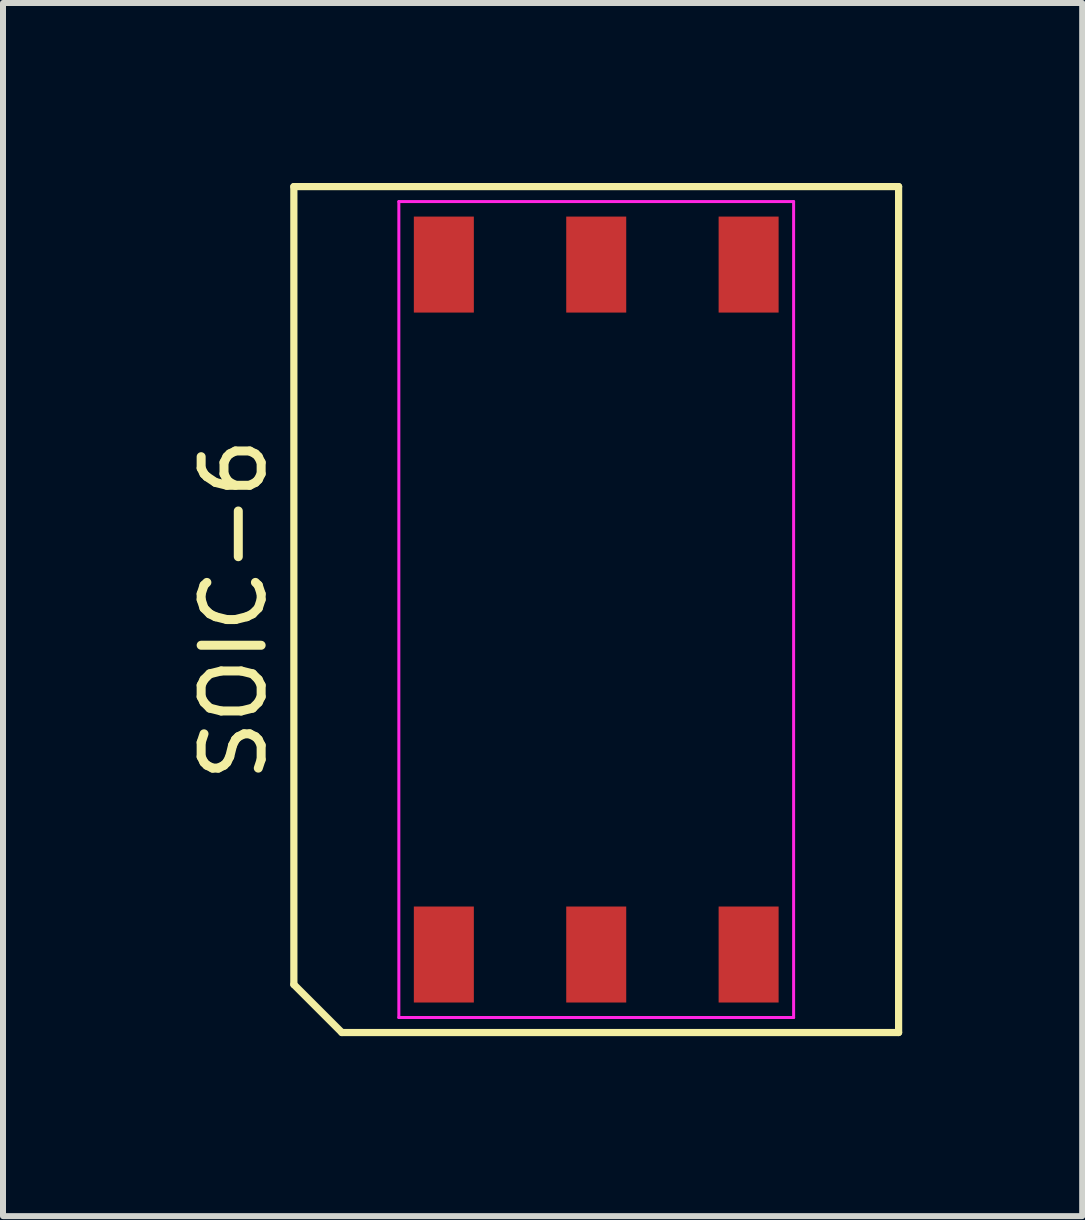
<source format=kicad_pcb>
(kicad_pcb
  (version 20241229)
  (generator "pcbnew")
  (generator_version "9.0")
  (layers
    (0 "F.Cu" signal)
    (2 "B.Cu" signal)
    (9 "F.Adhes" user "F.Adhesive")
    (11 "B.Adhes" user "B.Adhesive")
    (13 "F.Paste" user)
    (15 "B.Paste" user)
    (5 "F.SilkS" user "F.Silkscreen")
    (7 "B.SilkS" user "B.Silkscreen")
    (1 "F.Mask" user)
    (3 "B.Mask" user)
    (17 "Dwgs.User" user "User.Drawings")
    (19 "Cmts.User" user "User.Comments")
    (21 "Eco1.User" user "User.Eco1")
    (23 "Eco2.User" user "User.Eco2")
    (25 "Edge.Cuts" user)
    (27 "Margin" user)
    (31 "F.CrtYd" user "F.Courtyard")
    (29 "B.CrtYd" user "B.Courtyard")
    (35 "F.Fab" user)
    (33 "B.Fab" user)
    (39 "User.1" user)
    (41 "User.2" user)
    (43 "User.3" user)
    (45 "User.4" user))
  (footprint "SOIC-6"
    (layer "F.Cu")
    (at 6.888 7.11)
    (property "Reference" "SOIC-6" (at -6.04 0 90) (layer "F.SilkS") (effects (font (size 1 1) (thickness 0.15))))
    (attr smd)
    (fp_line (start -5.04 -7.05) (end 5.04 -7.05) (stroke (width 0.12) (type solid)) (layer "F.SilkS"))
    (fp_line (start -5.04 6.25) (end -5.04 -7.05) (stroke (width 0.12) (type solid)) (layer "F.SilkS"))
    (fp_line (start -4.24 7.05) (end -5.04 6.25) (stroke (width 0.12) (type solid)) (layer "F.SilkS"))
    (fp_line (start 5.04 -7.05) (end 5.04 7.05) (stroke (width 0.12) (type solid)) (layer "F.SilkS"))
    (fp_line (start 5.04 7.05) (end -4.24 7.05) (stroke (width 0.12) (type solid)) (layer "F.SilkS"))
    (fp_line (start -3.29 -6.8) (end 3.29 -6.8) (stroke (width 0.05) (type solid)) (layer "F.CrtYd"))
    (fp_line (start -3.29 6.8) (end -3.29 -6.8) (stroke (width 0.05) (type solid)) (layer "F.CrtYd"))
    (fp_line (start 3.29 -6.8) (end 3.29 6.8) (stroke (width 0.05) (type solid)) (layer "F.CrtYd"))
    (fp_line (start 3.29 6.8) (end -3.29 6.8) (stroke (width 0.05) (type solid)) (layer "F.CrtYd"))
    (pad "1" smd rect (at -2.54 5.75) (size 1 1.6) (layers "F.Cu" "F.Mask" "F.Paste"))
    (pad "2" smd rect (at 0 5.75) (size 1 1.6) (layers "F.Cu" "F.Mask" "F.Paste"))
    (pad "3" smd rect (at 2.54 5.75) (size 1 1.6) (layers "F.Cu" "F.Mask" "F.Paste"))
    (pad "4" smd rect (at 2.54 -5.75) (size 1 1.6) (layers "F.Cu" "F.Mask" "F.Paste"))
    (pad "5" smd rect (at 0 -5.75) (size 1 1.6) (layers "F.Cu" "F.Mask" "F.Paste"))
    (pad "6" smd rect (at -2.54 -5.75) (size 1 1.6) (layers "F.Cu" "F.Mask" "F.Paste")))
  (gr_rect
    (start -3 -3)
    (end 14.988 17.22)
    (stroke (width 0.1) (type default))
    (fill no)
    (layer "Edge.Cuts")))
</source>
